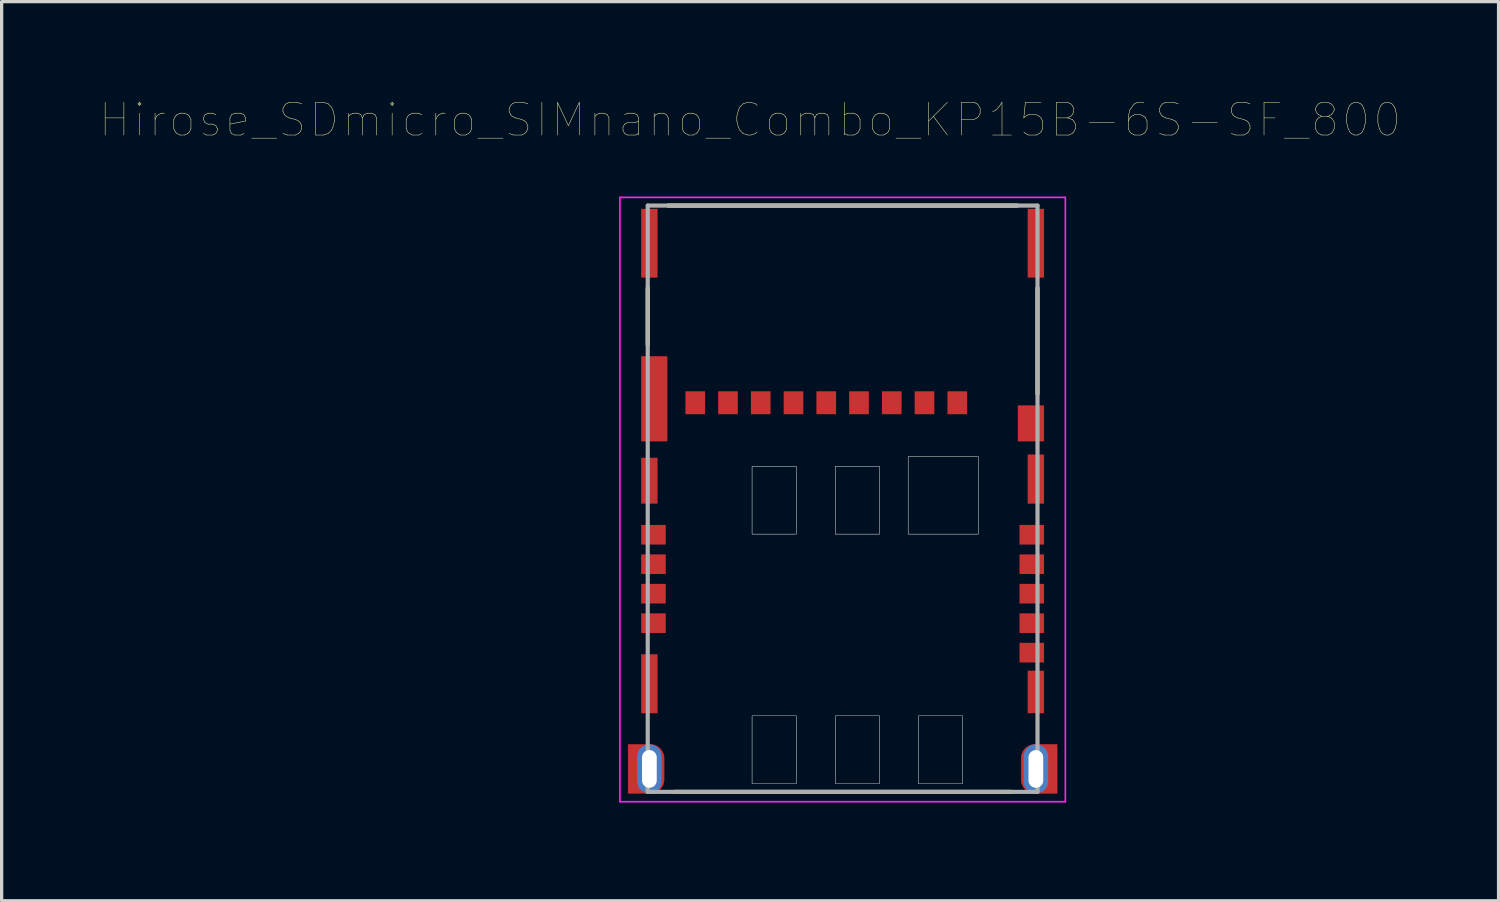
<source format=kicad_pcb>
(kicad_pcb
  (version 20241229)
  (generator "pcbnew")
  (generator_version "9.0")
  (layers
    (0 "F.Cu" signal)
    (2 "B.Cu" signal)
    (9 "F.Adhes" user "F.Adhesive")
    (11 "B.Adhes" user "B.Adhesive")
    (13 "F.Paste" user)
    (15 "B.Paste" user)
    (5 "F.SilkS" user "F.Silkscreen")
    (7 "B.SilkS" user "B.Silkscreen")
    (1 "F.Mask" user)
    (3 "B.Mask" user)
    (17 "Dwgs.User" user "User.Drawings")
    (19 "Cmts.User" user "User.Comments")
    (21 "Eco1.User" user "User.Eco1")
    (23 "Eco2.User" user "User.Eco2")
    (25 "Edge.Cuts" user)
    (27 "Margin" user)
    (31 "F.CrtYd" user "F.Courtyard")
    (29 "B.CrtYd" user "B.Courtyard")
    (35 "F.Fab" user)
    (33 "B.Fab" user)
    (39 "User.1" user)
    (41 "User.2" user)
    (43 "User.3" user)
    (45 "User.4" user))
  (footprint "Hirose_SDmicro_SIMnano_Combo_KP15B-6S-SF_800"
    (layer "F.Cu")
    (at 22.676 12.176)
    (property "Reference" "Hirose_SDmicro_SIMnano_Combo_KP15B-6S-SF_800" (at -2.825 -11.565 0) (layer "F.SilkS") (effects (font (size 1 1) (thickness 0.015))))
    (attr through_hole)
    (fp_poly (pts (xy -6.55 7.5) (xy -5.875 7.5) (xy -5.853 7.501) (xy -5.831 7.502) (xy -5.809 7.505) (xy -5.787 7.509) (xy -5.765 7.514) (xy -5.744 7.521) (xy -5.723 7.528) (xy -5.702 7.537) (xy -5.682 7.546) (xy -5.662 7.557) (xy -5.644 7.569) (xy -5.625 7.581) (xy -5.608 7.595) (xy -5.591 7.609) (xy -5.574 7.624) (xy -5.559 7.641) (xy -5.545 7.658) (xy -5.531 7.675) (xy -5.519 7.694) (xy -5.507 7.713) (xy -5.496 7.732) (xy -5.487 7.752) (xy -5.478 7.773) (xy -5.471 7.794) (xy -5.464 7.815) (xy -5.459 7.837) (xy -5.455 7.859) (xy -5.452 7.881) (xy -5.451 7.903) (xy -5.45 7.925) (xy -5.45 8.575) (xy -5.451 8.597) (xy -5.452 8.619) (xy -5.455 8.641) (xy -5.459 8.663) (xy -5.464 8.685) (xy -5.471 8.706) (xy -5.478 8.727) (xy -5.487 8.748) (xy -5.496 8.768) (xy -5.507 8.787) (xy -5.519 8.806) (xy -5.531 8.825) (xy -5.545 8.842) (xy -5.559 8.859) (xy -5.574 8.876) (xy -5.591 8.891) (xy -5.608 8.905) (xy -5.625 8.919) (xy -5.644 8.931) (xy -5.662 8.943) (xy -5.682 8.954) (xy -5.702 8.963) (xy -5.723 8.972) (xy -5.744 8.979) (xy -5.765 8.986) (xy -5.787 8.991) (xy -5.809 8.995) (xy -5.831 8.998) (xy -5.853 8.999) (xy -5.875 9) (xy -6.55 9) (xy -6.55 7.5)) (stroke (width 0.01) (type solid)) (fill yes) (layer "F.Cu"))
    (fp_poly (pts (xy 6.55 9) (xy 5.875 9) (xy 5.853 8.999) (xy 5.831 8.998) (xy 5.809 8.995) (xy 5.787 8.991) (xy 5.765 8.986) (xy 5.744 8.979) (xy 5.723 8.972) (xy 5.702 8.963) (xy 5.682 8.954) (xy 5.662 8.943) (xy 5.644 8.931) (xy 5.625 8.919) (xy 5.608 8.905) (xy 5.591 8.891) (xy 5.574 8.876) (xy 5.559 8.859) (xy 5.545 8.842) (xy 5.531 8.825) (xy 5.519 8.806) (xy 5.507 8.787) (xy 5.496 8.768) (xy 5.487 8.748) (xy 5.478 8.727) (xy 5.471 8.706) (xy 5.464 8.685) (xy 5.459 8.663) (xy 5.455 8.641) (xy 5.452 8.619) (xy 5.451 8.597) (xy 5.45 8.575) (xy 5.45 7.925) (xy 5.451 7.903) (xy 5.452 7.881) (xy 5.455 7.859) (xy 5.459 7.837) (xy 5.464 7.815) (xy 5.471 7.794) (xy 5.478 7.773) (xy 5.487 7.752) (xy 5.496 7.732) (xy 5.507 7.713) (xy 5.519 7.694) (xy 5.531 7.675) (xy 5.545 7.658) (xy 5.559 7.641) (xy 5.574 7.624) (xy 5.591 7.609) (xy 5.608 7.595) (xy 5.625 7.581) (xy 5.644 7.569) (xy 5.662 7.557) (xy 5.682 7.546) (xy 5.702 7.537) (xy 5.723 7.528) (xy 5.744 7.521) (xy 5.765 7.514) (xy 5.787 7.509) (xy 5.809 7.505) (xy 5.831 7.502) (xy 5.853 7.501) (xy 5.875 7.5) (xy 6.55 7.5) (xy 6.55 9)) (stroke (width 0.01) (type solid)) (fill yes) (layer "F.Cu"))
    (fp_poly (pts (xy -6.65 7.4) (xy -5.875 7.4) (xy -5.848 7.401) (xy -5.82 7.403) (xy -5.793 7.406) (xy -5.766 7.411) (xy -5.739 7.418) (xy -5.713 7.426) (xy -5.687 7.435) (xy -5.661 7.445) (xy -5.637 7.457) (xy -5.612 7.47) (xy -5.589 7.485) (xy -5.566 7.5) (xy -5.545 7.517) (xy -5.524 7.535) (xy -5.504 7.554) (xy -5.485 7.574) (xy -5.467 7.595) (xy -5.45 7.616) (xy -5.435 7.639) (xy -5.42 7.662) (xy -5.407 7.687) (xy -5.395 7.711) (xy -5.385 7.737) (xy -5.376 7.763) (xy -5.368 7.789) (xy -5.361 7.816) (xy -5.356 7.843) (xy -5.353 7.87) (xy -5.351 7.898) (xy -5.35 7.925) (xy -5.35 8.575) (xy -5.351 8.602) (xy -5.353 8.63) (xy -5.356 8.657) (xy -5.361 8.684) (xy -5.368 8.711) (xy -5.376 8.737) (xy -5.385 8.763) (xy -5.395 8.789) (xy -5.407 8.813) (xy -5.42 8.838) (xy -5.435 8.861) (xy -5.45 8.884) (xy -5.467 8.905) (xy -5.485 8.926) (xy -5.504 8.946) (xy -5.524 8.965) (xy -5.545 8.983) (xy -5.566 9) (xy -5.589 9.015) (xy -5.612 9.03) (xy -5.637 9.043) (xy -5.661 9.055) (xy -5.687 9.065) (xy -5.713 9.074) (xy -5.739 9.082) (xy -5.766 9.089) (xy -5.793 9.094) (xy -5.82 9.097) (xy -5.848 9.099) (xy -5.875 9.1) (xy -6.65 9.1) (xy -6.65 7.4)) (stroke (width 0.01) (type solid)) (fill yes) (layer "F.Mask"))
    (fp_poly (pts (xy 6.65 9.1) (xy 5.875 9.1) (xy 5.848 9.099) (xy 5.82 9.097) (xy 5.793 9.094) (xy 5.766 9.089) (xy 5.739 9.082) (xy 5.713 9.074) (xy 5.687 9.065) (xy 5.661 9.055) (xy 5.637 9.043) (xy 5.612 9.03) (xy 5.589 9.015) (xy 5.566 9) (xy 5.545 8.983) (xy 5.524 8.965) (xy 5.504 8.946) (xy 5.485 8.926) (xy 5.467 8.905) (xy 5.45 8.884) (xy 5.435 8.861) (xy 5.42 8.838) (xy 5.407 8.813) (xy 5.395 8.789) (xy 5.385 8.763) (xy 5.376 8.737) (xy 5.368 8.711) (xy 5.361 8.684) (xy 5.356 8.657) (xy 5.353 8.63) (xy 5.351 8.602) (xy 5.35 8.575) (xy 5.35 7.925) (xy 5.351 7.898) (xy 5.353 7.87) (xy 5.356 7.843) (xy 5.361 7.816) (xy 5.368 7.789) (xy 5.376 7.763) (xy 5.385 7.737) (xy 5.395 7.711) (xy 5.407 7.687) (xy 5.42 7.662) (xy 5.435 7.639) (xy 5.45 7.616) (xy 5.467 7.595) (xy 5.485 7.574) (xy 5.504 7.554) (xy 5.524 7.535) (xy 5.545 7.517) (xy 5.566 7.5) (xy 5.589 7.485) (xy 5.612 7.47) (xy 5.637 7.457) (xy 5.661 7.445) (xy 5.687 7.435) (xy 5.713 7.426) (xy 5.739 7.418) (xy 5.766 7.411) (xy 5.793 7.406) (xy 5.82 7.403) (xy 5.848 7.401) (xy 5.875 7.4) (xy 6.65 7.4) (xy 6.65 9.1)) (stroke (width 0.01) (type solid)) (fill yes) (layer "F.Mask"))
    (fp_line (start -5.95 -6.43) (end -5.95 -4.7) (stroke (width 0.127) (type solid)) (layer "F.SilkS"))
    (fp_line (start -5.13 8.95) (end 5.13 8.95) (stroke (width 0.127) (type solid)) (layer "F.SilkS"))
    (fp_line (start 5.33 -8.95) (end -5.33 -8.95) (stroke (width 0.127) (type solid)) (layer "F.SilkS"))
    (fp_line (start 5.95 -3.2) (end 5.95 -6.43) (stroke (width 0.127) (type solid)) (layer "F.SilkS"))
    (fp_poly (pts (xy -2.765 -0.99) (xy -1.415 -0.99) (xy -1.415 1.08) (xy -2.765 1.08)) (stroke (width 0.01) (type solid)) (fill no) (layer "Dwgs.User"))
    (fp_poly (pts (xy -2.765 -0.99) (xy -1.415 -0.99) (xy -1.415 1.08) (xy -2.765 1.08)) (stroke (width 0.01) (type solid)) (fill no) (layer "Dwgs.User"))
    (fp_poly (pts (xy -2.765 6.63) (xy -1.415 6.63) (xy -1.415 8.7) (xy -2.765 8.7)) (stroke (width 0.01) (type solid)) (fill no) (layer "Dwgs.User"))
    (fp_poly (pts (xy -2.765 6.63) (xy -1.415 6.63) (xy -1.415 8.7) (xy -2.765 8.7)) (stroke (width 0.01) (type solid)) (fill no) (layer "Dwgs.User"))
    (fp_poly (pts (xy -0.225 -0.99) (xy 1.125 -0.99) (xy 1.125 1.08) (xy -0.225 1.08)) (stroke (width 0.01) (type solid)) (fill no) (layer "Dwgs.User"))
    (fp_poly (pts (xy -0.225 -0.99) (xy 1.125 -0.99) (xy 1.125 1.08) (xy -0.225 1.08)) (stroke (width 0.01) (type solid)) (fill no) (layer "Dwgs.User"))
    (fp_poly (pts (xy -0.225 6.63) (xy 1.125 6.63) (xy 1.125 8.7) (xy -0.225 8.7)) (stroke (width 0.01) (type solid)) (fill no) (layer "Dwgs.User"))
    (fp_poly (pts (xy -0.225 6.63) (xy 1.125 6.63) (xy 1.125 8.7) (xy -0.225 8.7)) (stroke (width 0.01) (type solid)) (fill no) (layer "Dwgs.User"))
    (fp_poly (pts (xy 2 -1.29) (xy 4.14 -1.29) (xy 4.14 1.08) (xy 2 1.08)) (stroke (width 0.01) (type solid)) (fill no) (layer "Dwgs.User"))
    (fp_poly (pts (xy 2 -1.29) (xy 4.14 -1.29) (xy 4.14 1.08) (xy 2 1.08)) (stroke (width 0.01) (type solid)) (fill no) (layer "Dwgs.User"))
    (fp_poly (pts (xy 2.315 6.63) (xy 3.665 6.63) (xy 3.665 8.7) (xy 2.315 8.7)) (stroke (width 0.01) (type solid)) (fill no) (layer "Dwgs.User"))
    (fp_poly (pts (xy 2.315 6.63) (xy 3.665 6.63) (xy 3.665 8.7) (xy 2.315 8.7)) (stroke (width 0.01) (type solid)) (fill no) (layer "Dwgs.User"))
    (fp_line (start -6.8 -9.2) (end 6.8 -9.2) (stroke (width 0.05) (type solid)) (layer "F.CrtYd"))
    (fp_line (start -6.8 9.25) (end -6.8 -9.2) (stroke (width 0.05) (type solid)) (layer "F.CrtYd"))
    (fp_line (start 6.8 -9.2) (end 6.8 9.25) (stroke (width 0.05) (type solid)) (layer "F.CrtYd"))
    (fp_line (start 6.8 9.25) (end -6.8 9.25) (stroke (width 0.05) (type solid)) (layer "F.CrtYd"))
    (fp_line (start -5.95 -8.95) (end -5.95 8.95) (stroke (width 0.127) (type solid)) (layer "F.Fab"))
    (fp_line (start -5.95 8.95) (end 5.95 8.95) (stroke (width 0.127) (type solid)) (layer "F.Fab"))
    (fp_line (start 5.95 -8.95) (end -5.95 -8.95) (stroke (width 0.127) (type solid)) (layer "F.Fab"))
    (fp_line (start 5.95 8.95) (end 5.95 -8.95) (stroke (width 0.127) (type solid)) (layer "F.Fab"))
    (pad "C1_1" smd rect (at 3.5 -2.93) (size 0.6 0.7) (layers "F.Cu" "F.Mask" "F.Paste"))
    (pad "C1_2" smd rect (at 5.775 4.7) (size 0.75 0.6) (layers "F.Cu" "F.Mask" "F.Paste"))
    (pad "C2_1" smd rect (at 2.5 -2.93) (size 0.6 0.7) (layers "F.Cu" "F.Mask" "F.Paste"))
    (pad "C2_2" smd rect (at 5.775 3.8) (size 0.75 0.6) (layers "F.Cu" "F.Mask" "F.Paste"))
    (pad "C3_1" smd rect (at 1.5 -2.93) (size 0.6 0.7) (layers "F.Cu" "F.Mask" "F.Paste"))
    (pad "C3_2" smd rect (at -5.775 3.8) (size 0.75 0.6) (layers "F.Cu" "F.Mask" "F.Paste"))
    (pad "C4_1" smd rect (at 0.5 -2.93) (size 0.6 0.7) (layers "F.Cu" "F.Mask" "F.Paste"))
    (pad "C5_1" smd rect (at -0.5 -2.93) (size 0.6 0.7) (layers "F.Cu" "F.Mask" "F.Paste"))
    (pad "C5_2" smd rect (at 5.775 2) (size 0.75 0.6) (layers "F.Cu" "F.Mask" "F.Paste"))
    (pad "C6_1" smd rect (at -1.5 -2.93) (size 0.6 0.7) (layers "F.Cu" "F.Mask" "F.Paste"))
    (pad "C6_2" smd rect (at -5.775 2) (size 0.75 0.6) (layers "F.Cu" "F.Mask" "F.Paste"))
    (pad "C7_1" smd rect (at -3.5 -2.93) (size 0.6 0.7) (layers "F.Cu" "F.Mask" "F.Paste"))
    (pad "C7_2" smd rect (at -5.775 1.1) (size 0.75 0.6) (layers "F.Cu" "F.Mask" "F.Paste"))
    (pad "C8_1" smd rect (at -4.5 -2.93) (size 0.6 0.7) (layers "F.Cu" "F.Mask" "F.Paste"))
    (pad "D_T_1" smd rect (at -2.5 -2.93) (size 0.6 0.7) (layers "F.Cu" "F.Mask" "F.Paste"))
    (pad "D_T_2" smd rect (at 5.775 1.1) (size 0.75 0.6) (layers "F.Cu" "F.Mask" "F.Paste"))
    (pad "G1" smd rect (at 5.775 2.9) (size 0.75 0.6) (layers "F.Cu" "F.Mask" "F.Paste"))
    (pad "G2" smd rect (at -5.775 2.9) (size 0.75 0.6) (layers "F.Cu" "F.Mask" "F.Paste"))
    (pad "S1" smd rect (at -5.9 -7.8) (size 0.5 2.1) (layers "F.Cu" "F.Mask" "F.Paste"))
    (pad "S2" smd rect (at -5.75 -3.05) (size 0.8 2.6) (layers "F.Cu" "F.Mask" "F.Paste"))
    (pad "S3" smd rect (at -5.9 -0.55) (size 0.5 1.4) (layers "F.Cu" "F.Mask" "F.Paste"))
    (pad "S4" smd rect (at -5.9 5.65) (size 0.5 1.8) (layers "F.Cu" "F.Mask" "F.Paste"))
    (pad "S5" smd rect (at 5.9 5.9) (size 0.5 1.3) (layers "F.Cu" "F.Mask" "F.Paste"))
    (pad "S6" smd rect (at 5.9 -0.6) (size 0.5 1.5) (layers "F.Cu" "F.Mask" "F.Paste"))
    (pad "S7" smd rect (at 5.75 -2.3) (size 0.8 1.1) (layers "F.Cu" "F.Mask" "F.Paste"))
    (pad "S8" smd rect (at 5.9 -7.8) (size 0.5 2.1) (layers "F.Cu" "F.Mask" "F.Paste"))
    (pad "S9" thru_hole oval (at -5.9 8.25) (size 0.75 1.5) (drill oval 0.45 1.15) (layers "*.Cu" "*.Mask"))
    (pad "S10" thru_hole oval (at 5.9 8.25) (size 0.75 1.5) (drill oval 0.45 1.15) (layers "*.Cu" "*.Mask")))
  (gr_rect
    (start -3 -3)
    (end 42.702 24.451)
    (stroke (width 0.1) (type default))
    (fill no)
    (layer "Edge.Cuts")))
</source>
